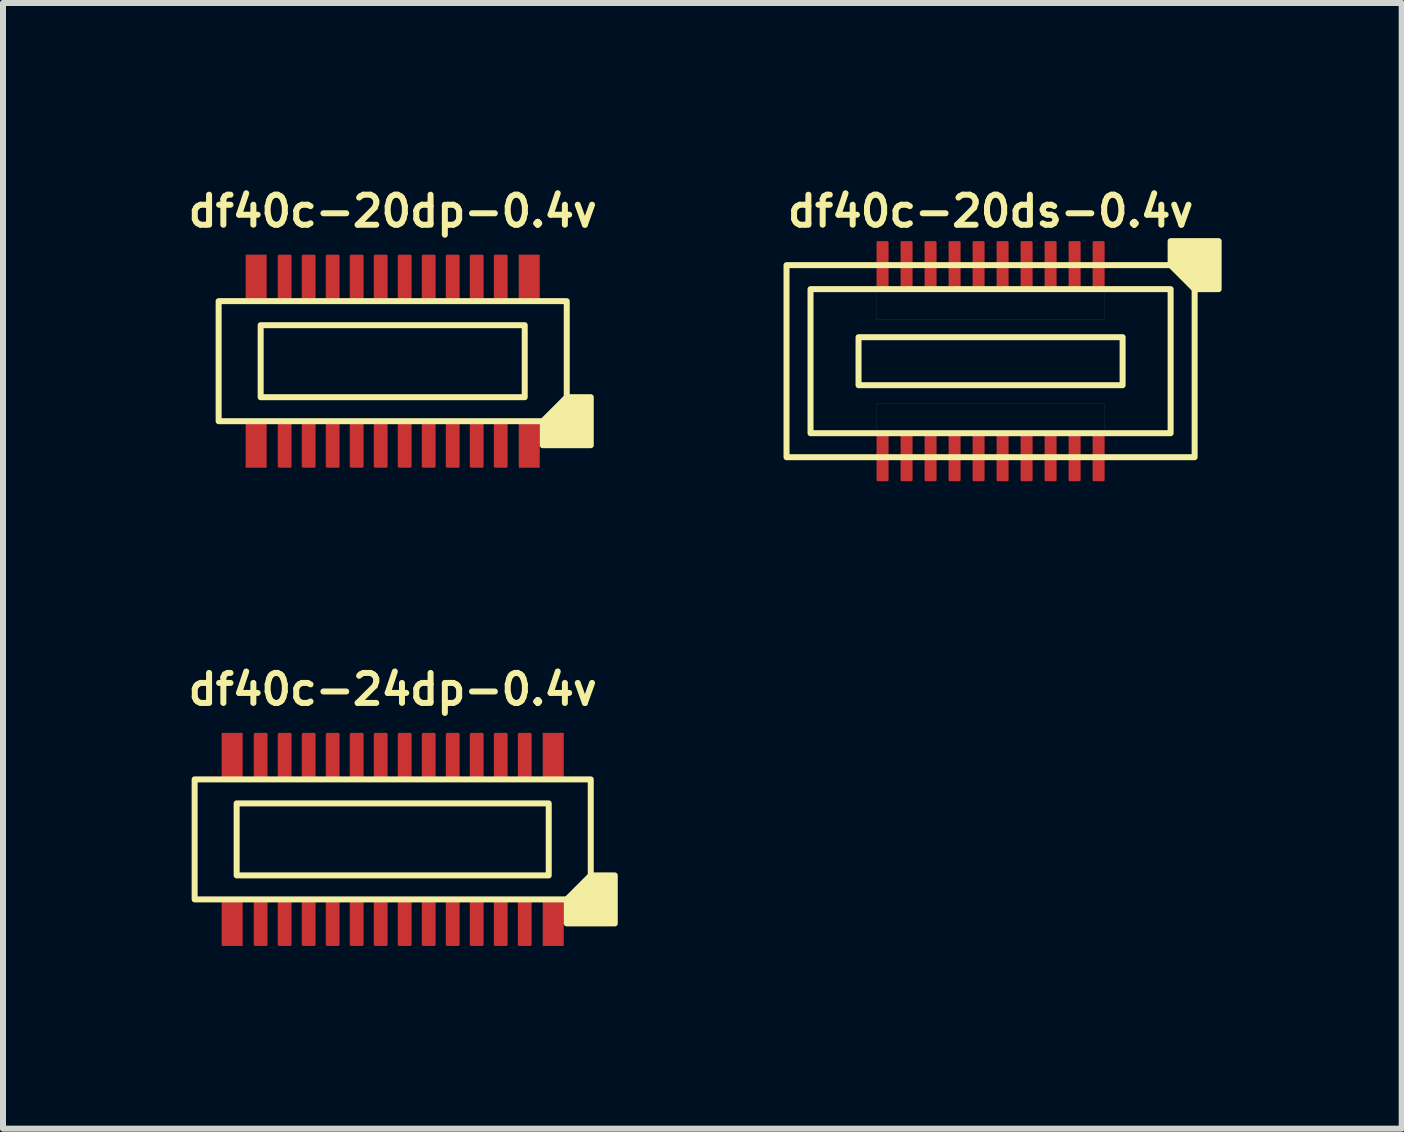
<source format=kicad_pcb>
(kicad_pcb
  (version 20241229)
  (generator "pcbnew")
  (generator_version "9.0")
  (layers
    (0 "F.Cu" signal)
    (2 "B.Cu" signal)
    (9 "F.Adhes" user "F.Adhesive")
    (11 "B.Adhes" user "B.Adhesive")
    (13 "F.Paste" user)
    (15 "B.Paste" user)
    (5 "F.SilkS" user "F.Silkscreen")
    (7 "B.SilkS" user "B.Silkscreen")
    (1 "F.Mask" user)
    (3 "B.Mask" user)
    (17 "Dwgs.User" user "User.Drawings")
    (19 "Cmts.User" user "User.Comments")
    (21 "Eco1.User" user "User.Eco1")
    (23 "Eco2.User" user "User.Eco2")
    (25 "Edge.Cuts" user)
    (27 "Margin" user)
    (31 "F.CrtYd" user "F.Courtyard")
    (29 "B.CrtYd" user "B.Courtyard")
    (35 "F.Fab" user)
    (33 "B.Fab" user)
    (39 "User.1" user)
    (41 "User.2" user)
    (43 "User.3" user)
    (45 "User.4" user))
  (footprint "df40c-20ds-0.4v"
    (layer "F.Cu")
    (at 13.455 2.968)
    (property "Reference" "df40c-20ds-0.4v" (at 0 -2.5 180) (layer "F.SilkS") (effects (font (size 0.5 0.5) (thickness 0.1))))
    (attr smd)
    (fp_rect (start -2.2 -0.4) (end 2.2 0.4) (stroke (width 0.1) (type default)) (fill no) (layer "F.SilkS"))
    (fp_rect (start 3 -1.2) (end -3 1.2) (stroke (width 0.1) (type default)) (fill no) (layer "F.SilkS"))
    (fp_rect (start 3.4 -1.6) (end -3.4 1.6) (stroke (width 0.1) (type default)) (fill no) (layer "F.SilkS"))
    (fp_poly (pts (xy 3 -1.6) (xy 3 -2) (xy 3.8 -2) (xy 3.8 -1.2) (xy 3.4 -1.2)) (stroke (width 0.1) (type solid)) (fill yes) (layer "F.SilkS"))
    (fp_poly (pts (xy -1.9 -1.2) (xy 1.9 -1.2) (xy 1.9 -0.7) (xy -1.9 -0.7)) (stroke (width 0.001) (type solid)) (fill no) (layer "Dwgs.User"))
    (fp_poly (pts (xy -1.9 0.7) (xy 1.9 0.7) (xy 1.9 1.2) (xy -1.9 1.2)) (stroke (width 0.001) (type solid)) (fill no) (layer "Dwgs.User"))
    (pad "1" smd roundrect (at 1.8 -1.6) (size 0.2 0.8) (layers "F.Cu" "F.Mask" "F.Paste") (roundrect_rratio 0.1))
    (pad "2" smd roundrect (at 1.8 1.6) (size 0.2 0.8) (layers "F.Cu" "F.Mask" "F.Paste") (roundrect_rratio 0.1))
    (pad "3" smd roundrect (at 1.4 -1.6) (size 0.2 0.8) (layers "F.Cu" "F.Mask" "F.Paste") (roundrect_rratio 0.1))
    (pad "4" smd roundrect (at 1.4 1.6) (size 0.2 0.8) (layers "F.Cu" "F.Mask" "F.Paste") (roundrect_rratio 0.1))
    (pad "5" smd roundrect (at 1 -1.6) (size 0.2 0.8) (layers "F.Cu" "F.Mask" "F.Paste") (roundrect_rratio 0.1))
    (pad "6" smd roundrect (at 1 1.6) (size 0.2 0.8) (layers "F.Cu" "F.Mask" "F.Paste") (roundrect_rratio 0.1))
    (pad "7" smd roundrect (at 0.6 -1.6) (size 0.2 0.8) (layers "F.Cu" "F.Mask" "F.Paste") (roundrect_rratio 0.1))
    (pad "8" smd roundrect (at 0.6 1.6) (size 0.2 0.8) (layers "F.Cu" "F.Mask" "F.Paste") (roundrect_rratio 0.1))
    (pad "9" smd roundrect (at 0.2 -1.6) (size 0.2 0.8) (layers "F.Cu" "F.Mask" "F.Paste") (roundrect_rratio 0.1))
    (pad "10" smd roundrect (at 0.2 1.6) (size 0.2 0.8) (layers "F.Cu" "F.Mask" "F.Paste") (roundrect_rratio 0.1))
    (pad "11" smd roundrect (at -0.2 -1.6) (size 0.2 0.8) (layers "F.Cu" "F.Mask" "F.Paste") (roundrect_rratio 0.1))
    (pad "12" smd roundrect (at -0.2 1.6) (size 0.2 0.8) (layers "F.Cu" "F.Mask" "F.Paste") (roundrect_rratio 0.1))
    (pad "13" smd roundrect (at -0.6 -1.6) (size 0.2 0.8) (layers "F.Cu" "F.Mask" "F.Paste") (roundrect_rratio 0.1))
    (pad "14" smd roundrect (at -0.6 1.6) (size 0.2 0.8) (layers "F.Cu" "F.Mask" "F.Paste") (roundrect_rratio 0.1))
    (pad "15" smd roundrect (at -1 -1.6) (size 0.2 0.8) (layers "F.Cu" "F.Mask" "F.Paste") (roundrect_rratio 0.1))
    (pad "16" smd roundrect (at -1 1.6) (size 0.2 0.8) (layers "F.Cu" "F.Mask" "F.Paste") (roundrect_rratio 0.1))
    (pad "17" smd roundrect (at -1.4 -1.6) (size 0.2 0.8) (layers "F.Cu" "F.Mask" "F.Paste") (roundrect_rratio 0.1))
    (pad "18" smd roundrect (at -1.4 1.6) (size 0.2 0.8) (layers "F.Cu" "F.Mask" "F.Paste") (roundrect_rratio 0.1))
    (pad "19" smd roundrect (at -1.8 -1.6) (size 0.2 0.8) (layers "F.Cu" "F.Mask" "F.Paste") (roundrect_rratio 0.1))
    (pad "20" smd roundrect (at -1.8 1.6) (size 0.2 0.8) (layers "F.Cu" "F.Mask" "F.Paste") (roundrect_rratio 0.1)))
  (footprint "df40c-24dp-0.4v"
    (layer "F.Cu")
    (at 3.493 10.936)
    (property "Reference" "df40c-24dp-0.4v" (at 0 -2.5 180) (layer "F.SilkS") (effects (font (size 0.5 0.5) (thickness 0.1))))
    (attr smd)
    (fp_rect (start -2.85 -1.775) (end -2.5 -1.025) (stroke (width 0) (type solid)) (fill yes) (layer "F.Cu"))
    (fp_rect (start -2.85 1.025) (end -2.5 1.775) (stroke (width 0) (type solid)) (fill yes) (layer "F.Cu"))
    (fp_rect (start 2.5 -1.775) (end 2.85 -1.025) (stroke (width 0) (type solid)) (fill yes) (layer "F.Cu"))
    (fp_rect (start 2.5 1.025) (end 2.85 1.775) (stroke (width 0) (type solid)) (fill yes) (layer "F.Cu"))
    (fp_rect (start -2.88 -1.805) (end -2.47 -0.995) (stroke (width 0) (type solid)) (fill yes) (layer "F.Mask"))
    (fp_rect (start -2.88 0.995) (end -2.47 1.805) (stroke (width 0) (type solid)) (fill yes) (layer "F.Mask"))
    (fp_rect (start 2.47 -0.995) (end 2.88 -1.805) (stroke (width 0.03) (type solid)) (fill yes) (layer "F.Mask"))
    (fp_rect (start 2.47 0.995) (end 2.88 1.805) (stroke (width 0.03) (type solid)) (fill yes) (layer "F.Mask"))
    (fp_rect (start 2.6 -0.6) (end -2.6 0.6) (stroke (width 0.1) (type default)) (fill no) (layer "F.SilkS"))
    (fp_rect (start 3.3 -1) (end -3.3 1) (stroke (width 0.1) (type default)) (fill no) (layer "F.SilkS"))
    (fp_poly (pts (xy 2.9 1) (xy 2.9 1.4) (xy 3.7 1.4) (xy 3.7 0.6) (xy 3.3 0.6)) (stroke (width 0.1) (type solid)) (fill yes) (layer "F.SilkS"))
    (fp_rect (start -2.85 -1.775) (end -2.5 -1.025) (stroke (width 0) (type solid)) (fill yes) (layer "F.Paste"))
    (fp_rect (start -2.5 1.025) (end -2.85 1.775) (stroke (width 0) (type solid)) (fill yes) (layer "F.Paste"))
    (fp_rect (start 2.5 -1.775) (end 2.85 -1.025) (stroke (width 0) (type solid)) (fill yes) (layer "F.Paste"))
    (fp_rect (start 2.5 1.025) (end 2.85 1.775) (stroke (width 0) (type solid)) (fill yes) (layer "F.Paste"))
    (pad "1" smd roundrect (at 2.2 1.4) (size 0.23 0.75) (layers "F.Cu" "F.Mask" "F.Paste") (roundrect_rratio 0.1))
    (pad "2" smd roundrect (at 2.2 -1.4) (size 0.23 0.75) (layers "F.Cu" "F.Mask" "F.Paste") (roundrect_rratio 0.1))
    (pad "3" smd roundrect (at 1.8 1.4) (size 0.23 0.75) (layers "F.Cu" "F.Mask" "F.Paste") (roundrect_rratio 0.1))
    (pad "4" smd roundrect (at 1.8 -1.4) (size 0.23 0.75) (layers "F.Cu" "F.Mask" "F.Paste") (roundrect_rratio 0.1))
    (pad "5" smd roundrect (at 1.4 1.4) (size 0.23 0.75) (layers "F.Cu" "F.Mask" "F.Paste") (roundrect_rratio 0.1))
    (pad "6" smd roundrect (at 1.4 -1.4) (size 0.23 0.75) (layers "F.Cu" "F.Mask" "F.Paste") (roundrect_rratio 0.1))
    (pad "7" smd roundrect (at 1 1.4) (size 0.23 0.75) (layers "F.Cu" "F.Mask" "F.Paste") (roundrect_rratio 0.1))
    (pad "8" smd roundrect (at 1 -1.4) (size 0.23 0.75) (layers "F.Cu" "F.Mask" "F.Paste") (roundrect_rratio 0.1))
    (pad "9" smd roundrect (at 0.6 1.4) (size 0.23 0.75) (layers "F.Cu" "F.Mask" "F.Paste") (roundrect_rratio 0.1))
    (pad "10" smd roundrect (at 0.6 -1.4) (size 0.23 0.75) (layers "F.Cu" "F.Mask" "F.Paste") (roundrect_rratio 0.1))
    (pad "11" smd roundrect (at 0.2 1.4) (size 0.23 0.75) (layers "F.Cu" "F.Mask" "F.Paste") (roundrect_rratio 0.1))
    (pad "12" smd roundrect (at 0.2 -1.4) (size 0.23 0.75) (layers "F.Cu" "F.Mask" "F.Paste") (roundrect_rratio 0.1))
    (pad "13" smd roundrect (at -0.2 1.4) (size 0.23 0.75) (layers "F.Cu" "F.Mask" "F.Paste") (roundrect_rratio 0.1))
    (pad "14" smd roundrect (at -0.2 -1.4) (size 0.23 0.75) (layers "F.Cu" "F.Mask" "F.Paste") (roundrect_rratio 0.1))
    (pad "15" smd roundrect (at -0.6 1.4) (size 0.23 0.75) (layers "F.Cu" "F.Mask" "F.Paste") (roundrect_rratio 0.1))
    (pad "16" smd roundrect (at -0.6 -1.4) (size 0.23 0.75) (layers "F.Cu" "F.Mask" "F.Paste") (roundrect_rratio 0.1))
    (pad "17" smd roundrect (at -1 1.4) (size 0.23 0.75) (layers "F.Cu" "F.Mask" "F.Paste") (roundrect_rratio 0.1))
    (pad "18" smd roundrect (at -1 -1.4) (size 0.23 0.75) (layers "F.Cu" "F.Mask" "F.Paste") (roundrect_rratio 0.1))
    (pad "19" smd roundrect (at -1.4 1.4) (size 0.23 0.75) (layers "F.Cu" "F.Mask" "F.Paste") (roundrect_rratio 0.1))
    (pad "20" smd roundrect (at -1.4 -1.4) (size 0.23 0.75) (layers "F.Cu" "F.Mask" "F.Paste") (roundrect_rratio 0.1))
    (pad "21" smd roundrect (at -1.8 1.4) (size 0.23 0.75) (layers "F.Cu" "F.Mask" "F.Paste") (roundrect_rratio 0.1))
    (pad "22" smd roundrect (at -1.8 -1.4) (size 0.23 0.75) (layers "F.Cu" "F.Mask" "F.Paste") (roundrect_rratio 0.1))
    (pad "23" smd roundrect (at -2.2 1.4) (size 0.23 0.75) (layers "F.Cu" "F.Mask" "F.Paste") (roundrect_rratio 0.1))
    (pad "24" smd roundrect (at -2.2 -1.4) (size 0.23 0.75) (layers "F.Cu" "F.Mask" "F.Paste") (roundrect_rratio 0.1)))
  (footprint "df40c-20dp-0.4v"
    (layer "F.Cu")
    (at 3.493 2.968)
    (property "Reference" "df40c-20dp-0.4v" (at 0 -2.5 180) (layer "F.SilkS") (effects (font (size 0.5 0.5) (thickness 0.1))))
    (attr smd)
    (fp_rect (start -2.45 -1.775) (end -2.1 -1.025) (stroke (width 0) (type solid)) (fill yes) (layer "F.Cu"))
    (fp_rect (start -2.45 1.025) (end -2.1 1.775) (stroke (width 0) (type solid)) (fill yes) (layer "F.Cu"))
    (fp_rect (start 2.1 -1.775) (end 2.45 -1.025) (stroke (width 0) (type solid)) (fill yes) (layer "F.Cu"))
    (fp_rect (start 2.1 1.025) (end 2.45 1.775) (stroke (width 0) (type solid)) (fill yes) (layer "F.Cu"))
    (fp_rect (start -2.48 -1.805) (end -2.07 -0.995) (stroke (width 0) (type solid)) (fill yes) (layer "F.Mask"))
    (fp_rect (start -2.48 0.995) (end -2.07 1.805) (stroke (width 0) (type solid)) (fill yes) (layer "F.Mask"))
    (fp_rect (start 2.07 -0.995) (end 2.48 -1.805) (stroke (width 0.03) (type solid)) (fill yes) (layer "F.Mask"))
    (fp_rect (start 2.07 0.995) (end 2.48 1.805) (stroke (width 0.03) (type solid)) (fill yes) (layer "F.Mask"))
    (fp_rect (start 2.2 -0.6) (end -2.2 0.6) (stroke (width 0.1) (type default)) (fill no) (layer "F.SilkS"))
    (fp_rect (start 2.9 -1) (end -2.9 1) (stroke (width 0.1) (type default)) (fill no) (layer "F.SilkS"))
    (fp_poly (pts (xy 2.5 1) (xy 2.5 1.4) (xy 3.3 1.4) (xy 3.3 0.6) (xy 2.9 0.6)) (stroke (width 0.1) (type solid)) (fill yes) (layer "F.SilkS"))
    (fp_rect (start -2.45 -1.775) (end -2.1 -1.025) (stroke (width 0) (type solid)) (fill yes) (layer "F.Paste"))
    (fp_rect (start -2.1 1.025) (end -2.45 1.775) (stroke (width 0) (type solid)) (fill yes) (layer "F.Paste"))
    (fp_rect (start 2.1 -1.775) (end 2.45 -1.025) (stroke (width 0) (type solid)) (fill yes) (layer "F.Paste"))
    (fp_rect (start 2.1 1.025) (end 2.45 1.775) (stroke (width 0) (type solid)) (fill yes) (layer "F.Paste"))
    (pad "1" smd roundrect (at 1.8 1.4) (size 0.23 0.75) (layers "F.Cu" "F.Mask" "F.Paste") (roundrect_rratio 0.1))
    (pad "2" smd roundrect (at 1.8 -1.4) (size 0.23 0.75) (layers "F.Cu" "F.Mask" "F.Paste") (roundrect_rratio 0.1))
    (pad "3" smd roundrect (at 1.4 1.4) (size 0.23 0.75) (layers "F.Cu" "F.Mask" "F.Paste") (roundrect_rratio 0.1))
    (pad "4" smd roundrect (at 1.4 -1.4) (size 0.23 0.75) (layers "F.Cu" "F.Mask" "F.Paste") (roundrect_rratio 0.1))
    (pad "5" smd roundrect (at 1 1.4) (size 0.23 0.75) (layers "F.Cu" "F.Mask" "F.Paste") (roundrect_rratio 0.1))
    (pad "6" smd roundrect (at 1 -1.4) (size 0.23 0.75) (layers "F.Cu" "F.Mask" "F.Paste") (roundrect_rratio 0.1))
    (pad "7" smd roundrect (at 0.6 1.4) (size 0.23 0.75) (layers "F.Cu" "F.Mask" "F.Paste") (roundrect_rratio 0.1))
    (pad "8" smd roundrect (at 0.6 -1.4) (size 0.23 0.75) (layers "F.Cu" "F.Mask" "F.Paste") (roundrect_rratio 0.1))
    (pad "9" smd roundrect (at 0.2 1.4) (size 0.23 0.75) (layers "F.Cu" "F.Mask" "F.Paste") (roundrect_rratio 0.1))
    (pad "10" smd roundrect (at 0.2 -1.4) (size 0.23 0.75) (layers "F.Cu" "F.Mask" "F.Paste") (roundrect_rratio 0.1))
    (pad "11" smd roundrect (at -0.2 1.4) (size 0.23 0.75) (layers "F.Cu" "F.Mask" "F.Paste") (roundrect_rratio 0.1))
    (pad "12" smd roundrect (at -0.2 -1.4) (size 0.23 0.75) (layers "F.Cu" "F.Mask" "F.Paste") (roundrect_rratio 0.1))
    (pad "13" smd roundrect (at -0.6 1.4) (size 0.23 0.75) (layers "F.Cu" "F.Mask" "F.Paste") (roundrect_rratio 0.1))
    (pad "14" smd roundrect (at -0.6 -1.4) (size 0.23 0.75) (layers "F.Cu" "F.Mask" "F.Paste") (roundrect_rratio 0.1))
    (pad "15" smd roundrect (at -1 1.4) (size 0.23 0.75) (layers "F.Cu" "F.Mask" "F.Paste") (roundrect_rratio 0.1))
    (pad "16" smd roundrect (at -1 -1.4) (size 0.23 0.75) (layers "F.Cu" "F.Mask" "F.Paste") (roundrect_rratio 0.1))
    (pad "17" smd roundrect (at -1.4 1.4) (size 0.23 0.75) (layers "F.Cu" "F.Mask" "F.Paste") (roundrect_rratio 0.1))
    (pad "18" smd roundrect (at -1.4 -1.4) (size 0.23 0.75) (layers "F.Cu" "F.Mask" "F.Paste") (roundrect_rratio 0.1))
    (pad "19" smd roundrect (at -1.8 1.4) (size 0.23 0.75) (layers "F.Cu" "F.Mask" "F.Paste") (roundrect_rratio 0.1))
    (pad "20" smd roundrect (at -1.8 -1.4) (size 0.23 0.75) (layers "F.Cu" "F.Mask" "F.Paste") (roundrect_rratio 0.1)))
  (gr_rect
    (start -3 -3)
    (end 20.305 15.756)
    (stroke (width 0.1) (type default))
    (fill no)
    (layer "Edge.Cuts")))
</source>
